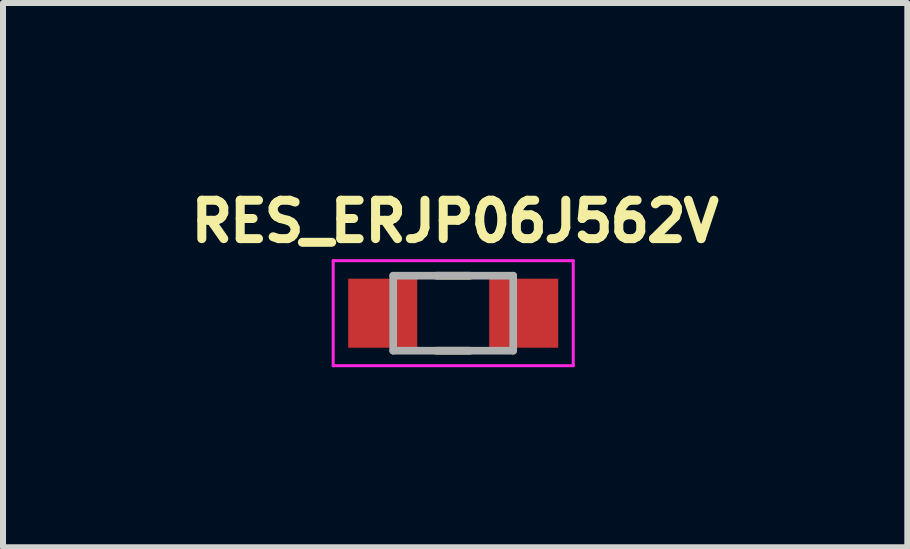
<source format=kicad_pcb>
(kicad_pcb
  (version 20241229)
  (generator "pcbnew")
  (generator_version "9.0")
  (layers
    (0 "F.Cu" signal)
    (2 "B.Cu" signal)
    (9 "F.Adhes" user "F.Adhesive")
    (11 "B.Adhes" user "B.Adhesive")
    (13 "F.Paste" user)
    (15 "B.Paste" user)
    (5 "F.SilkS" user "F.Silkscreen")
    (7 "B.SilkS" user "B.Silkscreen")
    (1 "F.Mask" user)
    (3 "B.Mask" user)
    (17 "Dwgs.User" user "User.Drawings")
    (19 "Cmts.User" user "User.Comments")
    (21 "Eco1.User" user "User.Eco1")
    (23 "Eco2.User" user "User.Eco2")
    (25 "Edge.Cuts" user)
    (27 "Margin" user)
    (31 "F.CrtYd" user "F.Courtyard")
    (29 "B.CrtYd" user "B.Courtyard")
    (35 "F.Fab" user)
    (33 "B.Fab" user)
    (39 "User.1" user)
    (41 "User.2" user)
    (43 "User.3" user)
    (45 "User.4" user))
  (footprint "RES_ERJP06J562V"
    (layer "F.Cu")
    (at 4.502 2.169)
    (property "Reference" "RES_ERJP06J562V" (at 0.032 -1.531 0) (layer "F.SilkS") (effects (font (size 0.64 0.64) (thickness 0.15))))
    (attr through_hole)
    (fp_line (start -0.28 -0.625) (end 0.28 -0.625) (stroke (width 0.127) (type solid)) (layer "F.SilkS"))
    (fp_line (start -0.28 0.625) (end 0.28 0.625) (stroke (width 0.127) (type solid)) (layer "F.SilkS"))
    (fp_line (start -2 -0.875) (end -2 0.875) (stroke (width 0.05) (type solid)) (layer "F.CrtYd"))
    (fp_line (start -2 0.875) (end 2 0.875) (stroke (width 0.05) (type solid)) (layer "F.CrtYd"))
    (fp_line (start 2 -0.875) (end -2 -0.875) (stroke (width 0.05) (type solid)) (layer "F.CrtYd"))
    (fp_line (start 2 0.875) (end 2 -0.875) (stroke (width 0.05) (type solid)) (layer "F.CrtYd"))
    (fp_line (start -1 -0.625) (end -1 0.625) (stroke (width 0.127) (type solid)) (layer "F.Fab"))
    (fp_line (start -1 -0.625) (end 1 -0.625) (stroke (width 0.127) (type solid)) (layer "F.Fab"))
    (fp_line (start -1 0.625) (end 1 0.625) (stroke (width 0.127) (type solid)) (layer "F.Fab"))
    (fp_line (start 1 -0.625) (end 1 0.625) (stroke (width 0.127) (type solid)) (layer "F.Fab"))
    (pad "1" smd rect (at -1.175 0) (size 1.15 1.15) (layers "F.Cu" "F.Mask" "F.Paste"))
    (pad "2" smd rect (at 1.175 0) (size 1.15 1.15) (layers "F.Cu" "F.Mask" "F.Paste")))
  (gr_rect
    (start -3 -3)
    (end 12.069 6.069)
    (stroke (width 0.1) (type default))
    (fill no)
    (layer "Edge.Cuts")))
</source>
